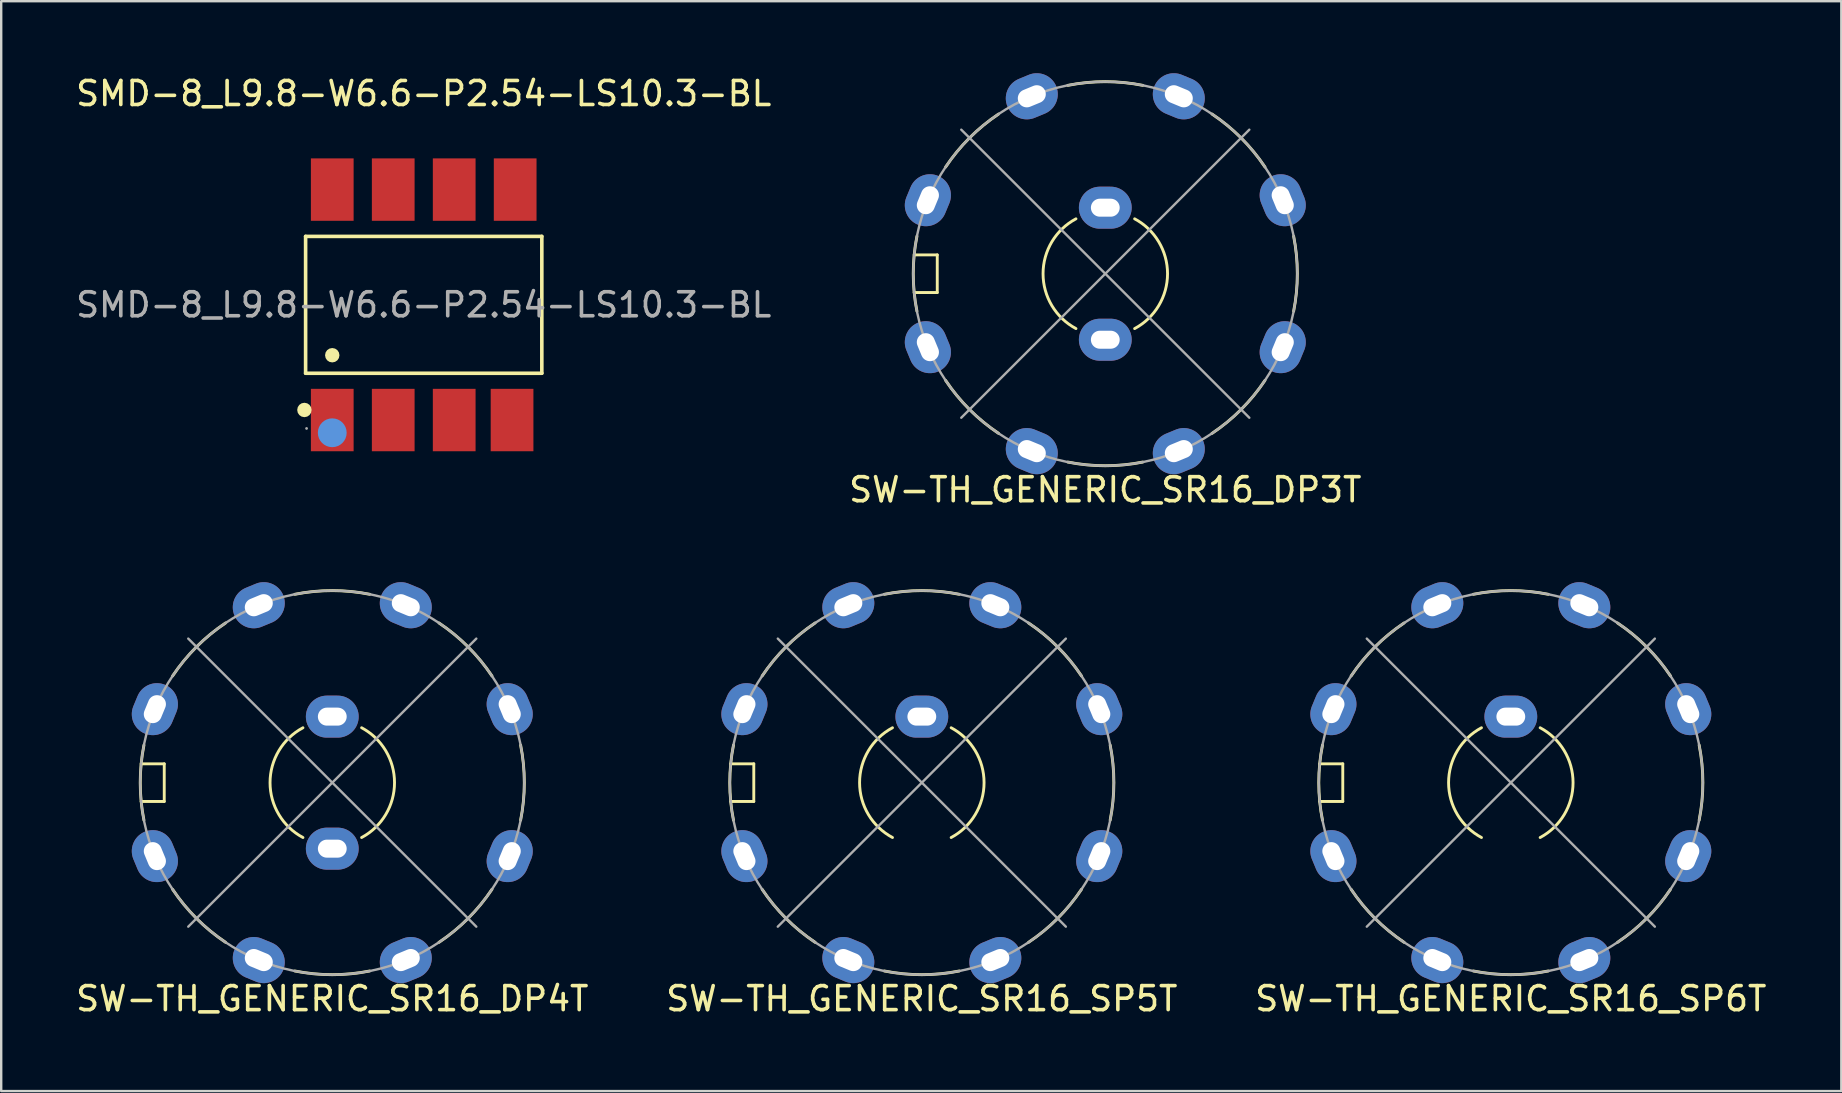
<source format=kicad_pcb>
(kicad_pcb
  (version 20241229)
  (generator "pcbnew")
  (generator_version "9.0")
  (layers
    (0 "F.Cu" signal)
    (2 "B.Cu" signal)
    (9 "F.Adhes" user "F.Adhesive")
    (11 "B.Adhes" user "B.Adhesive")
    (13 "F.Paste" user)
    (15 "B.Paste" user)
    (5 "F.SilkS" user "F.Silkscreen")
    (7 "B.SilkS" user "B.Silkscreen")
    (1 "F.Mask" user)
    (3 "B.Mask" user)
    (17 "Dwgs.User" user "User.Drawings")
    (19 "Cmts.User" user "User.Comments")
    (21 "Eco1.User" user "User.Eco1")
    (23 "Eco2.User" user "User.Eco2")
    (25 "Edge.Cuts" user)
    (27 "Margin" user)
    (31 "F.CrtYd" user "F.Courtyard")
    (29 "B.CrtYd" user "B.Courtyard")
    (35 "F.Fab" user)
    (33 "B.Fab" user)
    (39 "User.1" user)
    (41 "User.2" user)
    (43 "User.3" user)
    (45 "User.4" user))
  (footprint "SW-TH_GENERIC_SR16_SP5T"
    (layer "F.Cu")
    (at 35.351 29.553)
    (property "Reference" "SW-TH_GENERIC_SR16_SP5T" (at 0 9 0) (unlocked yes) (layer "F.SilkS") (effects (font (size 1 1) (thickness 0.15))))
    (attr through_hole)
    (fp_line (start -7.961 -0.784) (end -7 -0.784) (stroke (width 0.12) (type default)) (layer "F.SilkS"))
    (fp_line (start -7 -0.784) (end -7 0.784) (stroke (width 0.12) (type default)) (layer "F.SilkS"))
    (fp_line (start -7 0.784) (end -7.961 0.784) (stroke (width 0.12) (type default)) (layer "F.SilkS"))
    (fp_arc (start -7.846283 1.560724) (mid -8.000001 0.000001) (end -7.846283 -1.560722) (stroke (width 0.12) (type default)) (layer "F.SilkS"))
    (fp_arc (start -6.651757 -4.444562) (mid -5.656854 -5.656854) (end -4.444562 -6.651757) (stroke (width 0.12) (type default)) (layer "F.SilkS"))
    (fp_arc (start -4.444563 6.651756) (mid -5.656855 5.656853) (end -6.651758 4.444561) (stroke (width 0.12) (type default)) (layer "F.SilkS"))
    (fp_arc (start -1.560723 -7.846282) (mid 0 -8) (end 1.560723 -7.846282) (stroke (width 0.12) (type default)) (layer "F.SilkS"))
    (fp_arc (start -1.222159 2.2865) (mid -2.592635 0) (end -1.222159 -2.2865) (stroke (width 0.12) (type default)) (layer "F.SilkS"))
    (fp_arc (start 1.222159 -2.2865) (mid 2.592635 0) (end 1.222159 2.2865) (stroke (width 0.12) (type default)) (layer "F.SilkS"))
    (fp_arc (start 1.560723 7.846283) (mid 0 8.000001) (end -1.560723 7.846283) (stroke (width 0.12) (type default)) (layer "F.SilkS"))
    (fp_arc (start 4.444561 -6.651756) (mid 5.656853 -5.656853) (end 6.651756 -4.444561) (stroke (width 0.12) (type default)) (layer "F.SilkS"))
    (fp_arc (start 6.651755 4.444562) (mid 5.656852 5.656854) (end 4.44456 6.651757) (stroke (width 0.12) (type default)) (layer "F.SilkS"))
    (fp_arc (start 7.846283 -1.560723) (mid 8.000001 0) (end 7.846283 1.560723) (stroke (width 0.12) (type default)) (layer "F.SilkS"))
    (fp_line (start -6 -6) (end 6 6) (stroke (width 0.1) (type default)) (layer "F.Fab"))
    (fp_line (start 6 -6) (end -6 6) (stroke (width 0.1) (type default)) (layer "F.Fab"))
    (fp_circle (center 0 0) (end 0 8) (stroke (width 0.1) (type default)) (fill no) (layer "F.Fab"))
    (pad "" thru_hole oval (at -7.391 3.061 292.5) (size 2.2 1.75) (drill oval 1.2 0.75) (layers "*.Cu" "*.Mask"))
    (pad "" thru_hole oval (at -3.062 7.391 337.5) (size 2.2 1.75) (drill oval 1.2 0.75) (layers "*.Cu" "*.Mask"))
    (pad "" thru_hole oval (at 3.062 7.391 22.5) (size 2.2 1.75) (drill oval 1.2 0.75) (layers "*.Cu" "*.Mask"))
    (pad "1" thru_hole oval (at -7.391 -3.061 247.5) (size 2.2 1.75) (drill oval 1.2 0.75) (layers "*.Cu" "*.Mask"))
    (pad "2" thru_hole oval (at -3.062 -7.391 202.5) (size 2.2 1.75) (drill oval 1.2 0.75) (layers "*.Cu" "*.Mask"))
    (pad "3" thru_hole oval (at 3.062 -7.391 157.5) (size 2.2 1.75) (drill oval 1.2 0.75) (layers "*.Cu" "*.Mask"))
    (pad "4" thru_hole oval (at 7.391 -3.061 112.5) (size 2.2 1.75) (drill oval 1.2 0.75) (layers "*.Cu" "*.Mask"))
    (pad "5" thru_hole oval (at 7.391 3.061 67.5) (size 2.2 1.75) (drill oval 1.2 0.75) (layers "*.Cu" "*.Mask"))
    (pad "9" thru_hole oval (at 0 -2.75) (size 2.2 1.75) (drill oval 1.2 0.75) (layers "*.Cu" "*.Mask")))
  (footprint "SW-TH_GENERIC_SR16_SP6T"
    (layer "F.Cu")
    (at 59.887 29.553)
    (property "Reference" "SW-TH_GENERIC_SR16_SP6T" (at 0 9 0) (unlocked yes) (layer "F.SilkS") (effects (font (size 1 1) (thickness 0.15))))
    (attr through_hole)
    (fp_line (start -7.961 -0.784) (end -7 -0.784) (stroke (width 0.12) (type default)) (layer "F.SilkS"))
    (fp_line (start -7 -0.784) (end -7 0.784) (stroke (width 0.12) (type default)) (layer "F.SilkS"))
    (fp_line (start -7 0.784) (end -7.961 0.784) (stroke (width 0.12) (type default)) (layer "F.SilkS"))
    (fp_arc (start -7.846283 1.560724) (mid -8.000001 0.000001) (end -7.846283 -1.560722) (stroke (width 0.12) (type default)) (layer "F.SilkS"))
    (fp_arc (start -6.651757 -4.444562) (mid -5.656854 -5.656854) (end -4.444562 -6.651757) (stroke (width 0.12) (type default)) (layer "F.SilkS"))
    (fp_arc (start -4.444563 6.651756) (mid -5.656855 5.656853) (end -6.651758 4.444561) (stroke (width 0.12) (type default)) (layer "F.SilkS"))
    (fp_arc (start -1.560723 -7.846282) (mid 0 -8) (end 1.560723 -7.846282) (stroke (width 0.12) (type default)) (layer "F.SilkS"))
    (fp_arc (start -1.222159 2.2865) (mid -2.592635 0) (end -1.222159 -2.2865) (stroke (width 0.12) (type default)) (layer "F.SilkS"))
    (fp_arc (start 1.222159 -2.2865) (mid 2.592635 0) (end 1.222159 2.2865) (stroke (width 0.12) (type default)) (layer "F.SilkS"))
    (fp_arc (start 1.560723 7.846283) (mid 0 8.000001) (end -1.560723 7.846283) (stroke (width 0.12) (type default)) (layer "F.SilkS"))
    (fp_arc (start 4.444561 -6.651756) (mid 5.656853 -5.656853) (end 6.651756 -4.444561) (stroke (width 0.12) (type default)) (layer "F.SilkS"))
    (fp_arc (start 6.651755 4.444562) (mid 5.656852 5.656854) (end 4.44456 6.651757) (stroke (width 0.12) (type default)) (layer "F.SilkS"))
    (fp_arc (start 7.846283 -1.560723) (mid 8.000001 0) (end 7.846283 1.560723) (stroke (width 0.12) (type default)) (layer "F.SilkS"))
    (fp_line (start -6 -6) (end 6 6) (stroke (width 0.1) (type default)) (layer "F.Fab"))
    (fp_line (start 6 -6) (end -6 6) (stroke (width 0.1) (type default)) (layer "F.Fab"))
    (fp_circle (center 0 0) (end 0 8) (stroke (width 0.1) (type default)) (fill no) (layer "F.Fab"))
    (pad "" thru_hole oval (at -7.391 3.061 292.5) (size 2.2 1.75) (drill oval 1.2 0.75) (layers "*.Cu" "*.Mask"))
    (pad "" thru_hole oval (at -3.062 7.391 337.5) (size 2.2 1.75) (drill oval 1.2 0.75) (layers "*.Cu" "*.Mask"))
    (pad "1" thru_hole oval (at -7.391 -3.061 247.5) (size 2.2 1.75) (drill oval 1.2 0.75) (layers "*.Cu" "*.Mask"))
    (pad "2" thru_hole oval (at -3.062 -7.391 202.5) (size 2.2 1.75) (drill oval 1.2 0.75) (layers "*.Cu" "*.Mask"))
    (pad "3" thru_hole oval (at 3.062 -7.391 157.5) (size 2.2 1.75) (drill oval 1.2 0.75) (layers "*.Cu" "*.Mask"))
    (pad "4" thru_hole oval (at 7.391 -3.061 112.5) (size 2.2 1.75) (drill oval 1.2 0.75) (layers "*.Cu" "*.Mask"))
    (pad "5" thru_hole oval (at 7.391 3.061 67.5) (size 2.2 1.75) (drill oval 1.2 0.75) (layers "*.Cu" "*.Mask"))
    (pad "6" thru_hole oval (at 3.062 7.391 22.5) (size 2.2 1.75) (drill oval 1.2 0.75) (layers "*.Cu" "*.Mask"))
    (pad "9" thru_hole oval (at 0 -2.75) (size 2.2 1.75) (drill oval 1.2 0.75) (layers "*.Cu" "*.Mask")))
  (footprint "SW-TH_GENERIC_SR16_DP3T"
    (layer "F.Cu")
    (at 42.994 8.352)
    (property "Reference" "SW-TH_GENERIC_SR16_DP3T" (at 0 9 0) (unlocked yes) (layer "F.SilkS") (effects (font (size 1 1) (thickness 0.15))))
    (attr through_hole)
    (fp_line (start -7.961 -0.784) (end -7 -0.784) (stroke (width 0.12) (type default)) (layer "F.SilkS"))
    (fp_line (start -7 -0.784) (end -7 0.784) (stroke (width 0.12) (type default)) (layer "F.SilkS"))
    (fp_line (start -7 0.784) (end -7.961 0.784) (stroke (width 0.12) (type default)) (layer "F.SilkS"))
    (fp_arc (start -7.846283 1.560724) (mid -8.000001 0.000001) (end -7.846283 -1.560722) (stroke (width 0.12) (type default)) (layer "F.SilkS"))
    (fp_arc (start -6.651757 -4.444562) (mid -5.656854 -5.656854) (end -4.444562 -6.651757) (stroke (width 0.12) (type default)) (layer "F.SilkS"))
    (fp_arc (start -4.444563 6.651756) (mid -5.656855 5.656853) (end -6.651758 4.444561) (stroke (width 0.12) (type default)) (layer "F.SilkS"))
    (fp_arc (start -1.560723 -7.846282) (mid 0 -8) (end 1.560723 -7.846282) (stroke (width 0.12) (type default)) (layer "F.SilkS"))
    (fp_arc (start -1.222159 2.2865) (mid -2.592635 0) (end -1.222159 -2.2865) (stroke (width 0.12) (type default)) (layer "F.SilkS"))
    (fp_arc (start 1.222159 -2.2865) (mid 2.592635 0) (end 1.222159 2.2865) (stroke (width 0.12) (type default)) (layer "F.SilkS"))
    (fp_arc (start 1.560723 7.846283) (mid 0 8.000001) (end -1.560723 7.846283) (stroke (width 0.12) (type default)) (layer "F.SilkS"))
    (fp_arc (start 4.444561 -6.651756) (mid 5.656853 -5.656853) (end 6.651756 -4.444561) (stroke (width 0.12) (type default)) (layer "F.SilkS"))
    (fp_arc (start 6.651755 4.444562) (mid 5.656852 5.656854) (end 4.44456 6.651757) (stroke (width 0.12) (type default)) (layer "F.SilkS"))
    (fp_arc (start 7.846283 -1.560723) (mid 8.000001 0) (end 7.846283 1.560723) (stroke (width 0.12) (type default)) (layer "F.SilkS"))
    (fp_line (start -6 -6) (end 6 6) (stroke (width 0.1) (type default)) (layer "F.Fab"))
    (fp_line (start 6 -6) (end -6 6) (stroke (width 0.1) (type default)) (layer "F.Fab"))
    (fp_circle (center 0 0) (end 0 8) (stroke (width 0.1) (type default)) (fill no) (layer "F.Fab"))
    (pad "" thru_hole oval (at -7.391 3.061 292.5) (size 2.2 1.75) (drill oval 1.2 0.75) (layers "*.Cu" "*.Mask"))
    (pad "" thru_hole oval (at 7.391 -3.061 112.5) (size 2.2 1.75) (drill oval 1.2 0.75) (layers "*.Cu" "*.Mask"))
    (pad "1" thru_hole oval (at -7.391 -3.061 247.5) (size 2.2 1.75) (drill oval 1.2 0.75) (layers "*.Cu" "*.Mask"))
    (pad "2" thru_hole oval (at -3.062 -7.391 202.5) (size 2.2 1.75) (drill oval 1.2 0.75) (layers "*.Cu" "*.Mask"))
    (pad "3" thru_hole oval (at 3.062 -7.391 157.5) (size 2.2 1.75) (drill oval 1.2 0.75) (layers "*.Cu" "*.Mask"))
    (pad "5" thru_hole oval (at 7.391 3.061 67.5) (size 2.2 1.75) (drill oval 1.2 0.75) (layers "*.Cu" "*.Mask"))
    (pad "6" thru_hole oval (at 3.062 7.391 22.5) (size 2.2 1.75) (drill oval 1.2 0.75) (layers "*.Cu" "*.Mask"))
    (pad "7" thru_hole oval (at -3.062 7.391 337.5) (size 2.2 1.75) (drill oval 1.2 0.75) (layers "*.Cu" "*.Mask"))
    (pad "9" thru_hole oval (at 0 -2.75) (size 2.2 1.75) (drill oval 1.2 0.75) (layers "*.Cu" "*.Mask"))
    (pad "10" thru_hole oval (at 0 2.75) (size 2.2 1.75) (drill oval 1.2 0.75) (layers "*.Cu" "*.Mask")))
  (footprint "SMD-8_L9.8-W6.6-P2.54-LS10.3-BL"
    (layer "F.Cu")
    (at 14.601 9.648)
    (property "Reference" "SMD-8_L9.8-W6.6-P2.54-LS10.3-BL" (at 0 -8.8 0) (layer "F.SilkS") (effects (font (size 1 1) (thickness 0.15))))
    (attr smd)
    (fp_line (start -4.92 -2.85) (end 4.92 -2.85) (stroke (width 0.15) (type solid)) (layer "F.SilkS"))
    (fp_line (start -4.92 2.85) (end -4.92 -2.85) (stroke (width 0.15) (type solid)) (layer "F.SilkS"))
    (fp_line (start 4.92 -2.85) (end 4.92 2.85) (stroke (width 0.15) (type solid)) (layer "F.SilkS"))
    (fp_line (start 4.92 2.85) (end -4.92 2.85) (stroke (width 0.15) (type solid)) (layer "F.SilkS"))
    (fp_circle (center -4.97 4.38) (end -4.82 4.38) (stroke (width 0.3) (type solid)) (fill no) (layer "F.SilkS"))
    (fp_circle (center -3.81 2.1) (end -3.66 2.1) (stroke (width 0.3) (type solid)) (fill no) (layer "F.SilkS"))
    (fp_circle (center -3.81 5.33) (end -3.51 5.33) (stroke (width 0.6) (type solid)) (fill no) (layer "Cmts.User"))
    (fp_circle (center -4.88 5.15) (end -4.85 5.15) (stroke (width 0.06) (type solid)) (fill no) (layer "F.Fab"))
    (fp_text user "${REFERENCE}" (at 0 0 0) (layer "F.Fab") (effects (font (size 1 1) (thickness 0.15))))
    (pad "1" smd rect (at -3.81 4.8) (size 1.78 2.6) (layers "F.Cu" "F.Mask" "F.Paste"))
    (pad "2" smd rect (at -1.27 4.8) (size 1.78 2.6) (layers "F.Cu" "F.Mask" "F.Paste"))
    (pad "3" smd rect (at 1.27 4.8) (size 1.78 2.6) (layers "F.Cu" "F.Mask" "F.Paste"))
    (pad "4" smd rect (at 3.68 4.8) (size 1.78 2.6) (layers "F.Cu" "F.Mask" "F.Paste"))
    (pad "5" smd rect (at 3.81 -4.8) (size 1.78 2.6) (layers "F.Cu" "F.Mask" "F.Paste"))
    (pad "6" smd rect (at 1.27 -4.8) (size 1.78 2.6) (layers "F.Cu" "F.Mask" "F.Paste"))
    (pad "7" smd rect (at -1.27 -4.8) (size 1.78 2.6) (layers "F.Cu" "F.Mask" "F.Paste"))
    (pad "8" smd rect (at -3.81 -4.8) (size 1.78 2.6) (layers "F.Cu" "F.Mask" "F.Paste")))
  (footprint "SW-TH_GENERIC_SR16_DP4T"
    (layer "F.Cu")
    (at 10.792 29.553)
    (property "Reference" "SW-TH_GENERIC_SR16_DP4T" (at 0 9 0) (unlocked yes) (layer "F.SilkS") (effects (font (size 1 1) (thickness 0.15))))
    (attr through_hole)
    (fp_line (start -7.961 -0.784) (end -7 -0.784) (stroke (width 0.12) (type default)) (layer "F.SilkS"))
    (fp_line (start -7 -0.784) (end -7 0.784) (stroke (width 0.12) (type default)) (layer "F.SilkS"))
    (fp_line (start -7 0.784) (end -7.961 0.784) (stroke (width 0.12) (type default)) (layer "F.SilkS"))
    (fp_arc (start -7.846283 1.560724) (mid -8.000001 0.000001) (end -7.846283 -1.560722) (stroke (width 0.12) (type default)) (layer "F.SilkS"))
    (fp_arc (start -6.651757 -4.444562) (mid -5.656854 -5.656854) (end -4.444562 -6.651757) (stroke (width 0.12) (type default)) (layer "F.SilkS"))
    (fp_arc (start -4.444563 6.651756) (mid -5.656855 5.656853) (end -6.651758 4.444561) (stroke (width 0.12) (type default)) (layer "F.SilkS"))
    (fp_arc (start -1.560723 -7.846282) (mid 0 -8) (end 1.560723 -7.846282) (stroke (width 0.12) (type default)) (layer "F.SilkS"))
    (fp_arc (start -1.222159 2.2865) (mid -2.592635 0) (end -1.222159 -2.2865) (stroke (width 0.12) (type default)) (layer "F.SilkS"))
    (fp_arc (start 1.222159 -2.2865) (mid 2.592635 0) (end 1.222159 2.2865) (stroke (width 0.12) (type default)) (layer "F.SilkS"))
    (fp_arc (start 1.560723 7.846283) (mid 0 8.000001) (end -1.560723 7.846283) (stroke (width 0.12) (type default)) (layer "F.SilkS"))
    (fp_arc (start 4.444561 -6.651756) (mid 5.656853 -5.656853) (end 6.651756 -4.444561) (stroke (width 0.12) (type default)) (layer "F.SilkS"))
    (fp_arc (start 6.651755 4.444562) (mid 5.656852 5.656854) (end 4.44456 6.651757) (stroke (width 0.12) (type default)) (layer "F.SilkS"))
    (fp_arc (start 7.846283 -1.560723) (mid 8.000001 0) (end 7.846283 1.560723) (stroke (width 0.12) (type default)) (layer "F.SilkS"))
    (fp_line (start -6 -6) (end 6 6) (stroke (width 0.1) (type default)) (layer "F.Fab"))
    (fp_line (start 6 -6) (end -6 6) (stroke (width 0.1) (type default)) (layer "F.Fab"))
    (fp_circle (center 0 0) (end 0 8) (stroke (width 0.1) (type default)) (fill no) (layer "F.Fab"))
    (pad "1" thru_hole oval (at -7.391 -3.061 247.5) (size 2.2 1.75) (drill oval 1.2 0.75) (layers "*.Cu" "*.Mask"))
    (pad "2" thru_hole oval (at -3.062 -7.391 202.5) (size 2.2 1.75) (drill oval 1.2 0.75) (layers "*.Cu" "*.Mask"))
    (pad "3" thru_hole oval (at 3.062 -7.391 157.5) (size 2.2 1.75) (drill oval 1.2 0.75) (layers "*.Cu" "*.Mask"))
    (pad "4" thru_hole oval (at 7.391 -3.061 112.5) (size 2.2 1.75) (drill oval 1.2 0.75) (layers "*.Cu" "*.Mask"))
    (pad "5" thru_hole oval (at 7.391 3.061 67.5) (size 2.2 1.75) (drill oval 1.2 0.75) (layers "*.Cu" "*.Mask"))
    (pad "6" thru_hole oval (at 3.062 7.391 22.5) (size 2.2 1.75) (drill oval 1.2 0.75) (layers "*.Cu" "*.Mask"))
    (pad "7" thru_hole oval (at -3.062 7.391 337.5) (size 2.2 1.75) (drill oval 1.2 0.75) (layers "*.Cu" "*.Mask"))
    (pad "8" thru_hole oval (at -7.391 3.061 292.5) (size 2.2 1.75) (drill oval 1.2 0.75) (layers "*.Cu" "*.Mask"))
    (pad "9" thru_hole oval (at 0 -2.75) (size 2.2 1.75) (drill oval 1.2 0.75) (layers "*.Cu" "*.Mask"))
    (pad "10" thru_hole oval (at 0 2.75) (size 2.2 1.75) (drill oval 1.2 0.75) (layers "*.Cu" "*.Mask")))
  (gr_rect
    (start -3 -3)
    (end 73.655 42.401)
    (stroke (width 0.1) (type default))
    (fill no)
    (layer "Edge.Cuts")))
</source>
